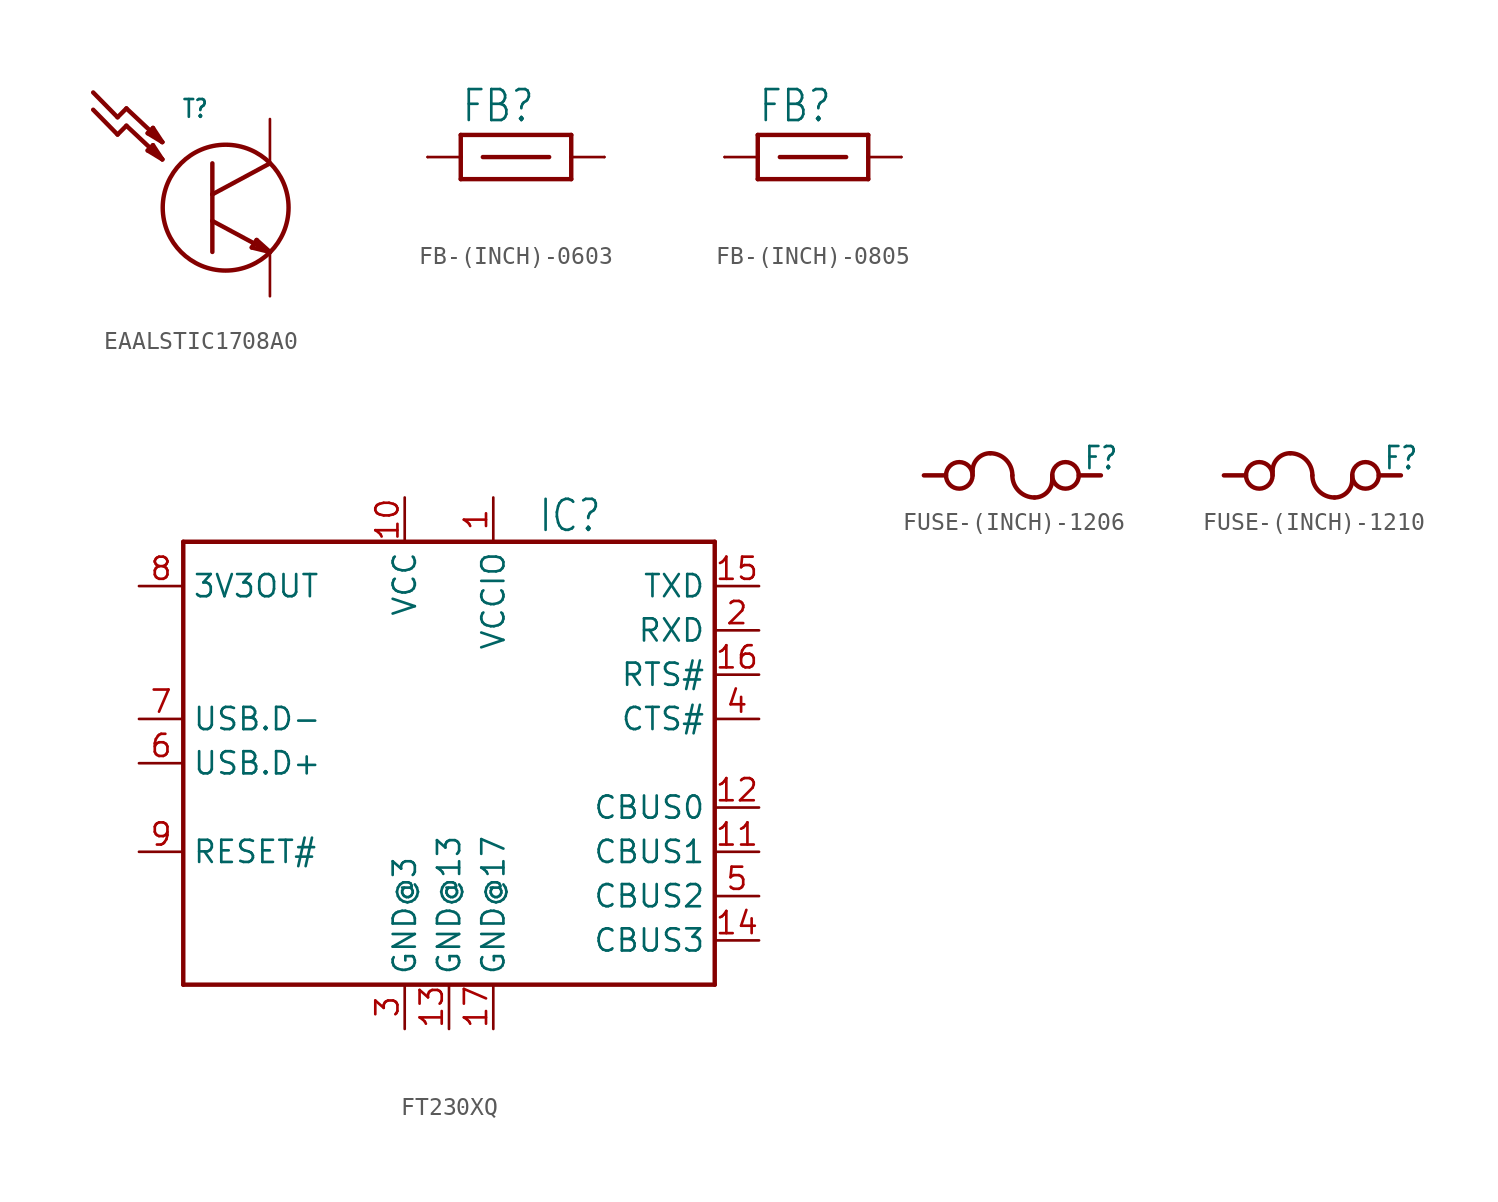
<source format=kicad_sym>
(kicad_symbol_lib
  (version 20231120)
  (generator "kicad_symbol_editor")
  (generator_version "8.0")
  (symbol "EAALSTIC1708A0"
    (property "Reference" "T"
      (at -2.54 5.08 0)
      (effects (font (size 1.016 0.864)) (justify left bottom)))
    (property "Value" ""
      (at 4.572 0 0)
      (effects (font (size 1.016 0.864)) (justify left)))
    (property "ki_locked" ""
      (at 0 0 0)
      (effects (font (size 1.27 1.27))))
    (symbol "EAALSTIC1708A0_1_0"
      (polyline (pts (xy -6.198 4.191) (xy -7.595 5.613)) (stroke (width 0.254) (type solid)) (fill (type none)))
      (polyline (pts (xy -6.198 5.182) (xy -7.595 6.604)) (stroke (width 0.254) (type solid)) (fill (type none)))
      (polyline (pts (xy -5.69 4.699) (xy -6.198 4.191)) (stroke (width 0.254) (type solid)) (fill (type none)))
      (polyline (pts (xy -5.69 4.699) (xy -3.632 2.769)) (stroke (width 0.254) (type solid)) (fill (type none)))
      (polyline (pts (xy -5.69 5.69) (xy -6.198 5.182)) (stroke (width 0.254) (type solid)) (fill (type none)))
      (polyline (pts (xy -5.69 5.69) (xy -3.632 3.759)) (stroke (width 0.254) (type solid)) (fill (type none)))
      (polyline (pts (xy -4.47 3.277) (xy -4.166 3.581)) (stroke (width 0.254) (type solid)) (fill (type none)))
      (polyline (pts (xy -4.47 4.267) (xy -4.166 4.572)) (stroke (width 0.254) (type solid)) (fill (type none)))
      (polyline (pts (xy -4.166 3.581) (xy -3.632 2.769)) (stroke (width 0.254) (type solid)) (fill (type none)))
      (polyline (pts (xy -4.166 4.572) (xy -3.632 3.759)) (stroke (width 0.254) (type solid)) (fill (type none)))
      (polyline (pts (xy -3.632 2.769) (xy -4.47 3.277)) (stroke (width 0.254) (type solid)) (fill (type none)))
      (polyline (pts (xy -3.632 3.759) (xy -4.47 4.267)) (stroke (width 0.254) (type solid)) (fill (type none)))
      (polyline (pts (xy -0.762 -0.762) (xy -0.762 -2.54)) (stroke (width 0.254) (type solid)) (fill (type none)))
      (polyline (pts (xy -0.762 -0.762) (xy 2.54 -2.54)) (stroke (width 0.254) (type solid)) (fill (type none)))
      (polyline (pts (xy -0.762 0.762) (xy -0.762 -0.762)) (stroke (width 0.254) (type solid)) (fill (type none)))
      (polyline (pts (xy -0.762 2.54) (xy -0.762 0.762)) (stroke (width 0.254) (type solid)) (fill (type none)))
      (polyline (pts (xy 1.499 -2.286) (xy 1.778 -1.854)) (stroke (width 0.254) (type solid)) (fill (type none)))
      (polyline (pts (xy 1.778 -1.854) (xy 2.54 -2.54)) (stroke (width 0.254) (type solid)) (fill (type none)))
      (polyline (pts (xy 2.54 -2.54) (xy 1.499 -2.286)) (stroke (width 0.254) (type solid)) (fill (type none)))
      (polyline (pts (xy 2.54 2.54) (xy -0.762 0.762)) (stroke (width 0.254) (type solid)) (fill (type none)))
      (circle (center 0 0) (radius 3.608) (stroke (width 0.254) (type solid)) (fill (type none)))
      (pin bidirectional line (at 2.54 5.08 270) (length 2.54) (name "C" (effects (font (size 0 0)))) (number "1" (effects (font (size 0 0)))))
      (pin bidirectional line (at 2.54 -5.08 90) (length 2.54) (name "E" (effects (font (size 0 0)))) (number "2" (effects (font (size 0 0)))))))
  (symbol "FB-(INCH)-0603"
    (property "Reference" "FB"
      (at -3.175 1.905 0)
      (effects (font (size 1.778 1.511)) (justify left bottom)))
    (property "Value" ""
      (at -3.175 -3.81 0)
      (effects (font (size 1.778 1.511)) (justify left bottom)))
    (property "ki_locked" ""
      (at 0 0 0)
      (effects (font (size 1.27 1.27))))
    (symbol "FB-(INCH)-0603_1_0"
      (polyline (pts (xy -3.175 -1.27) (xy 3.175 -1.27)) (stroke (width 0.254) (type solid)) (fill (type none)))
      (polyline (pts (xy -3.175 0) (xy -5.08 0)) (stroke (width 0.152) (type solid)) (fill (type none)))
      (polyline (pts (xy -3.175 0) (xy -3.175 -1.27)) (stroke (width 0.254) (type solid)) (fill (type none)))
      (polyline (pts (xy -3.175 1.27) (xy -3.175 0)) (stroke (width 0.254) (type solid)) (fill (type none)))
      (polyline (pts (xy -1.905 0) (xy 1.905 0)) (stroke (width 0.254) (type solid)) (fill (type none)))
      (polyline (pts (xy 3.175 -1.27) (xy 3.175 0)) (stroke (width 0.254) (type solid)) (fill (type none)))
      (polyline (pts (xy 3.175 0) (xy 3.175 1.27)) (stroke (width 0.254) (type solid)) (fill (type none)))
      (polyline (pts (xy 3.175 0) (xy 5.08 0)) (stroke (width 0.152) (type solid)) (fill (type none)))
      (polyline (pts (xy 3.175 1.27) (xy -3.175 1.27)) (stroke (width 0.254) (type solid)) (fill (type none)))
      (pin bidirectional line (at -5.08 0 0) (length 0) (name "P$1" (effects (font (size 0 0)))) (number "1" (effects (font (size 0 0)))))
      (pin bidirectional line (at 5.08 0 180) (length 0) (name "P$2" (effects (font (size 0 0)))) (number "2" (effects (font (size 0 0)))))))
  (symbol "FB-(INCH)-0805"
    (property "Reference" "FB"
      (at -3.175 1.905 0)
      (effects (font (size 1.778 1.511)) (justify left bottom)))
    (property "Value" ""
      (at -3.175 -3.81 0)
      (effects (font (size 1.778 1.511)) (justify left bottom)))
    (property "ki_locked" ""
      (at 0 0 0)
      (effects (font (size 1.27 1.27))))
    (symbol "FB-(INCH)-0805_1_0"
      (polyline (pts (xy -3.175 -1.27) (xy 3.175 -1.27)) (stroke (width 0.254) (type solid)) (fill (type none)))
      (polyline (pts (xy -3.175 0) (xy -5.08 0)) (stroke (width 0.152) (type solid)) (fill (type none)))
      (polyline (pts (xy -3.175 0) (xy -3.175 -1.27)) (stroke (width 0.254) (type solid)) (fill (type none)))
      (polyline (pts (xy -3.175 1.27) (xy -3.175 0)) (stroke (width 0.254) (type solid)) (fill (type none)))
      (polyline (pts (xy -1.905 0) (xy 1.905 0)) (stroke (width 0.254) (type solid)) (fill (type none)))
      (polyline (pts (xy 3.175 -1.27) (xy 3.175 0)) (stroke (width 0.254) (type solid)) (fill (type none)))
      (polyline (pts (xy 3.175 0) (xy 3.175 1.27)) (stroke (width 0.254) (type solid)) (fill (type none)))
      (polyline (pts (xy 3.175 0) (xy 5.08 0)) (stroke (width 0.152) (type solid)) (fill (type none)))
      (polyline (pts (xy 3.175 1.27) (xy -3.175 1.27)) (stroke (width 0.254) (type solid)) (fill (type none)))
      (pin bidirectional line (at -5.08 0 0) (length 0) (name "P$1" (effects (font (size 0 0)))) (number "1" (effects (font (size 0 0)))))
      (pin bidirectional line (at 5.08 0 180) (length 0) (name "P$2" (effects (font (size 0 0)))) (number "2" (effects (font (size 0 0)))))))
  (symbol "FT230XQ"
    (property "Reference" "IC"
      (at 5.08 15.24 0)
      (effects (font (size 1.778 1.511)) (justify left top)))
    (property "Value" ""
      (at 5.08 -15.24 0)
      (effects (font (size 1.778 1.511)) (justify left bottom)))
    (property "ki_locked" ""
      (at 0 0 0)
      (effects (font (size 1.27 1.27))))
    (symbol "FT230XQ_1_0"
      (polyline (pts (xy -15.24 -12.7) (xy 15.24 -12.7)) (stroke (width 0.254) (type solid)) (fill (type none)))
      (polyline (pts (xy -15.24 12.7) (xy -15.24 -12.7)) (stroke (width 0.254) (type solid)) (fill (type none)))
      (polyline (pts (xy 15.24 -12.7) (xy 15.24 12.7)) (stroke (width 0.254) (type solid)) (fill (type none)))
      (polyline (pts (xy 15.24 12.7) (xy -15.24 12.7)) (stroke (width 0.254) (type solid)) (fill (type none)))
      (pin bidirectional line (at 2.54 15.24 270) (length 2.54) (name "VCCIO" (effects (font (size 1.27 1.27)))) (number "1" (effects (font (size 1.27 1.27)))))
      (pin bidirectional line (at -2.54 15.24 270) (length 2.54) (name "VCC" (effects (font (size 1.27 1.27)))) (number "10" (effects (font (size 1.27 1.27)))))
      (pin bidirectional line (at 17.78 -5.08 180) (length 2.54) (name "CBUS1" (effects (font (size 1.27 1.27)))) (number "11" (effects (font (size 1.27 1.27)))))
      (pin bidirectional line (at 17.78 -2.54 180) (length 2.54) (name "CBUS0" (effects (font (size 1.27 1.27)))) (number "12" (effects (font (size 1.27 1.27)))))
      (pin bidirectional line (at 0 -15.24 90) (length 2.54) (name "GND@13" (effects (font (size 1.27 1.27)))) (number "13" (effects (font (size 1.27 1.27)))))
      (pin bidirectional line (at 17.78 -10.16 180) (length 2.54) (name "CBUS3" (effects (font (size 1.27 1.27)))) (number "14" (effects (font (size 1.27 1.27)))))
      (pin bidirectional line (at 17.78 10.16 180) (length 2.54) (name "TXD" (effects (font (size 1.27 1.27)))) (number "15" (effects (font (size 1.27 1.27)))))
      (pin bidirectional line (at 17.78 5.08 180) (length 2.54) (name "RTS#" (effects (font (size 1.27 1.27)))) (number "16" (effects (font (size 1.27 1.27)))))
      (pin bidirectional line (at 2.54 -15.24 90) (length 2.54) (name "GND@17" (effects (font (size 1.27 1.27)))) (number "17" (effects (font (size 1.27 1.27)))))
      (pin bidirectional line (at 17.78 7.62 180) (length 2.54) (name "RXD" (effects (font (size 1.27 1.27)))) (number "2" (effects (font (size 1.27 1.27)))))
      (pin bidirectional line (at -2.54 -15.24 90) (length 2.54) (name "GND@3" (effects (font (size 1.27 1.27)))) (number "3" (effects (font (size 1.27 1.27)))))
      (pin bidirectional line (at 17.78 2.54 180) (length 2.54) (name "CTS#" (effects (font (size 1.27 1.27)))) (number "4" (effects (font (size 1.27 1.27)))))
      (pin bidirectional line (at 17.78 -7.62 180) (length 2.54) (name "CBUS2" (effects (font (size 1.27 1.27)))) (number "5" (effects (font (size 1.27 1.27)))))
      (pin bidirectional line (at -17.78 0 0) (length 2.54) (name "USB.D+" (effects (font (size 1.27 1.27)))) (number "6" (effects (font (size 1.27 1.27)))))
      (pin bidirectional line (at -17.78 2.54 0) (length 2.54) (name "USB.D-" (effects (font (size 1.27 1.27)))) (number "7" (effects (font (size 1.27 1.27)))))
      (pin bidirectional line (at -17.78 10.16 0) (length 2.54) (name "3V3OUT" (effects (font (size 1.27 1.27)))) (number "8" (effects (font (size 1.27 1.27)))))
      (pin bidirectional line (at -17.78 -5.08 0) (length 2.54) (name "RESET#" (effects (font (size 1.27 1.27)))) (number "9" (effects (font (size 1.27 1.27)))))))
  (symbol "FUSE-(INCH)-1206"
    (property "Reference" "F"
      (at 4.064 0.254 0)
      (effects (font (size 1.27 1.079)) (justify left bottom)))
    (property "Value" ""
      (at 4.064 -0.254 0)
      (effects (font (size 1.27 1.079)) (justify left top)))
    (property "ki_locked" ""
      (at 0 0 0)
      (effects (font (size 1.27 1.27))))
    (symbol "FUSE-(INCH)-1206_1_0"
      (circle (center -3.048 0) (radius 0.762) (stroke (width 0.254) (type solid)) (fill (type none)))
      (arc (start -1.2699 1.2699) (mid -1.9883 0.9724) (end -2.286 0.254) (stroke (width 0.254) (type solid)) (fill (type none)))
      (arc (start 0 0) (mid -0.372 0.898) (end -1.27 1.27) (stroke (width 0.254) (type solid)) (fill (type none)))
      (polyline (pts (xy -5.08 0) (xy -3.81 0)) (stroke (width 0.254) (type solid)) (fill (type none)))
      (polyline (pts (xy -2.286 0) (xy -2.286 0.254)) (stroke (width 0.254) (type solid)) (fill (type none)))
      (polyline (pts (xy 2.286 -0.254) (xy 2.286 0)) (stroke (width 0.254) (type solid)) (fill (type none)))
      (polyline (pts (xy 5.08 0) (xy 3.81 0)) (stroke (width 0.254) (type solid)) (fill (type none)))
      (arc (start 0 0) (mid 0.372 -0.898) (end 1.27 -1.27) (stroke (width 0.254) (type solid)) (fill (type none)))
      (arc (start 1.27 -1.27) (mid 1.9885 -0.9724) (end 2.2861 -0.2539) (stroke (width 0.254) (type solid)) (fill (type none)))
      (circle (center 3.048 0) (radius 0.762) (stroke (width 0.254) (type solid)) (fill (type none)))
      (pin bidirectional line (at -5.08 0 0) (length 0) (name "1" (effects (font (size 0 0)))) (number "1" (effects (font (size 0 0)))))
      (pin bidirectional line (at 5.08 0 0) (length 0) (name "2" (effects (font (size 0 0)))) (number "2" (effects (font (size 0 0)))))))
  (symbol "FUSE-(INCH)-1210"
    (property "Reference" "F"
      (at 4.064 0.254 0)
      (effects (font (size 1.27 1.079)) (justify left bottom)))
    (property "Value" ""
      (at 4.064 -0.254 0)
      (effects (font (size 1.27 1.079)) (justify left top)))
    (property "ki_locked" ""
      (at 0 0 0)
      (effects (font (size 1.27 1.27))))
    (symbol "FUSE-(INCH)-1210_1_0"
      (circle (center -3.048 0) (radius 0.762) (stroke (width 0.254) (type solid)) (fill (type none)))
      (arc (start -1.2699 1.2699) (mid -1.9883 0.9724) (end -2.286 0.254) (stroke (width 0.254) (type solid)) (fill (type none)))
      (arc (start 0 0) (mid -0.372 0.898) (end -1.27 1.27) (stroke (width 0.254) (type solid)) (fill (type none)))
      (polyline (pts (xy -5.08 0) (xy -3.81 0)) (stroke (width 0.254) (type solid)) (fill (type none)))
      (polyline (pts (xy -2.286 0) (xy -2.286 0.254)) (stroke (width 0.254) (type solid)) (fill (type none)))
      (polyline (pts (xy 2.286 -0.254) (xy 2.286 0)) (stroke (width 0.254) (type solid)) (fill (type none)))
      (polyline (pts (xy 5.08 0) (xy 3.81 0)) (stroke (width 0.254) (type solid)) (fill (type none)))
      (arc (start 0 0) (mid 0.372 -0.898) (end 1.27 -1.27) (stroke (width 0.254) (type solid)) (fill (type none)))
      (arc (start 1.27 -1.27) (mid 1.9885 -0.9724) (end 2.2861 -0.2539) (stroke (width 0.254) (type solid)) (fill (type none)))
      (circle (center 3.048 0) (radius 0.762) (stroke (width 0.254) (type solid)) (fill (type none)))
      (pin bidirectional line (at -5.08 0 0) (length 0) (name "1" (effects (font (size 0 0)))) (number "1" (effects (font (size 0 0)))))
      (pin bidirectional line (at 5.08 0 0) (length 0) (name "2" (effects (font (size 0 0)))) (number "2" (effects (font (size 0 0))))))))
</source>
